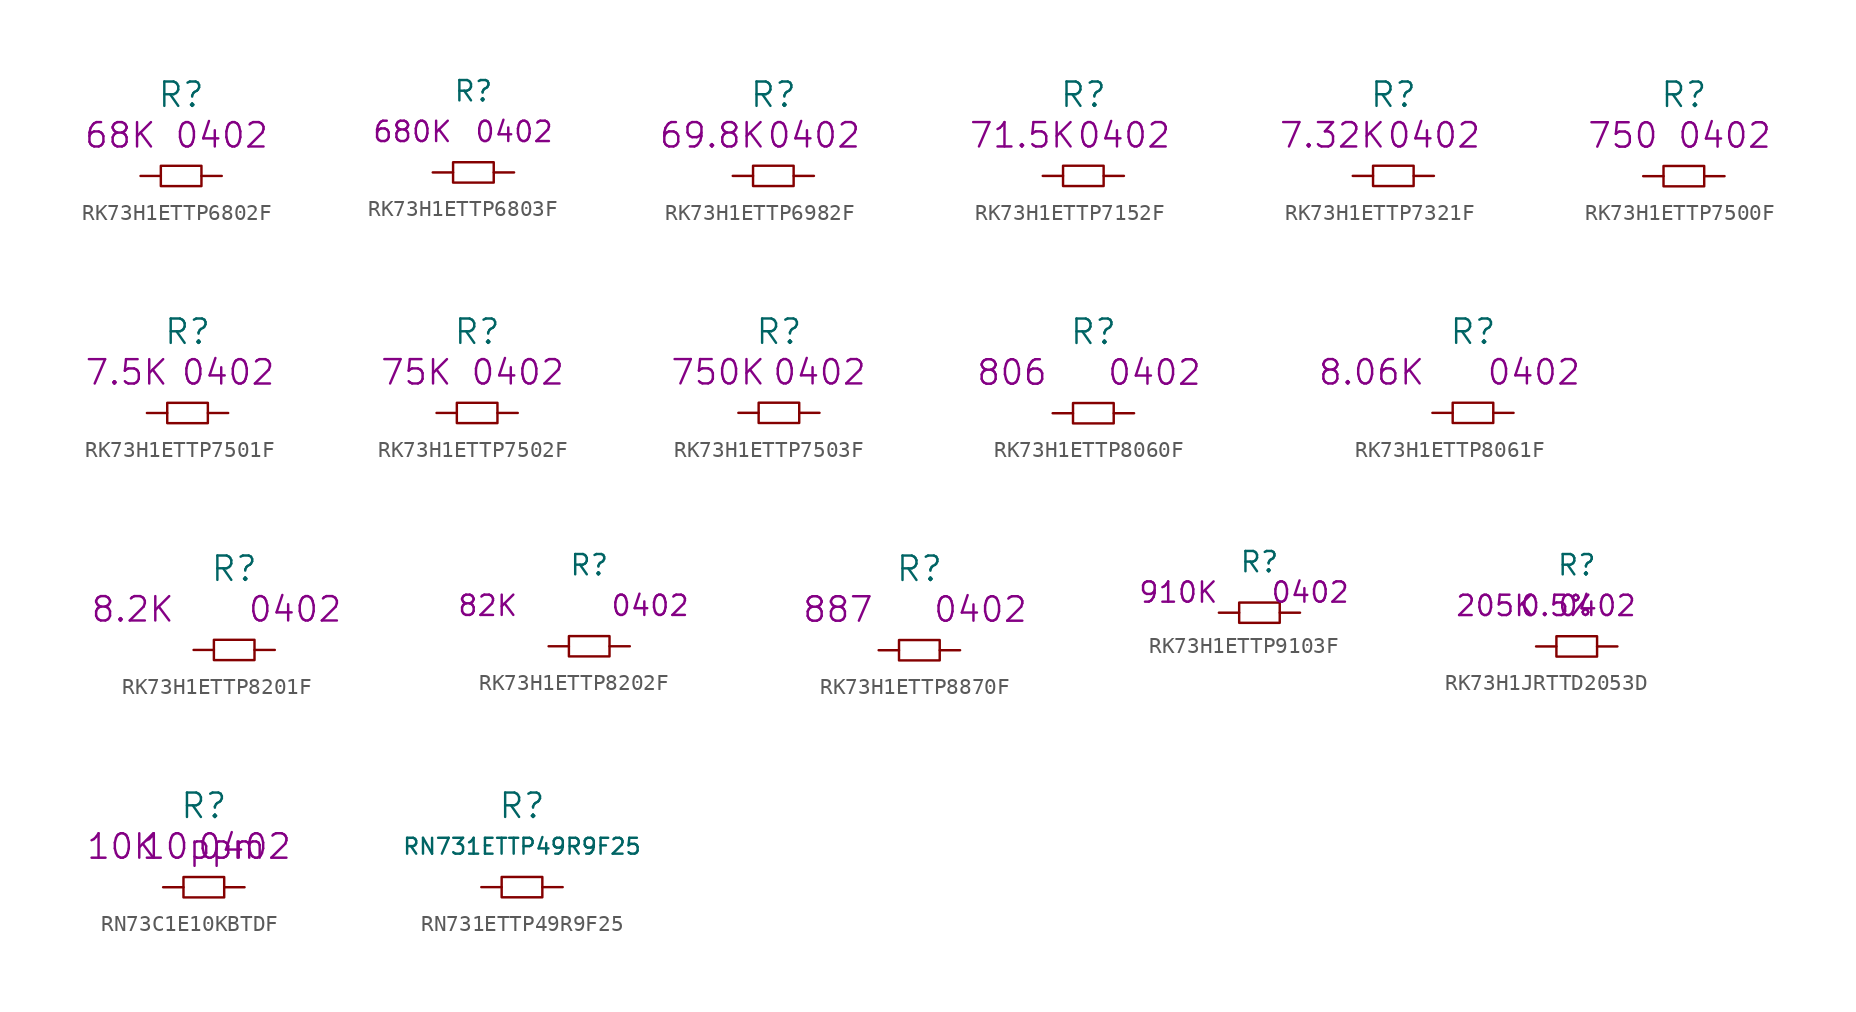
<source format=kicad_sym>
(kicad_symbol_lib
  (version 20220914)
  (generator kicad_symbol_editor)
  (symbol "RK73H1ETTP6802F"
    (pin_numbers hide)
    (pin_names
      (offset 1.016) hide)
    (property "Reference" "R"
      (at 0 5.08 0)
      (effects (font (size 1.524 1.524))))
    (property "Datasheet" ""
      (at 0 5.08 0)
      (effects (font (size 1.524 1.524))))
    (property "Size" "0402"
      (at 2.54 2.54 0)
      (effects (font (size 1.524 1.524))))
    (property "Value2" "68K"
      (at -3.81 2.54 0)
      (effects (font (size 1.524 1.524))))
    (symbol "RK73H1ETTP6802F_0_1"
      (rectangle (start -1.27 0.635) (end 1.27 -0.635) (stroke (width 0) (type solid)) (fill (type none))))
    (symbol "RK73H1ETTP6802F_1_1"
      (pin passive line (at -2.54 0 0) (length 1.27) (name "1" (effects (font (size 1.27 1.27)))) (number "1" (effects (font (size 1.27 1.27)))))
      (pin passive line (at 2.54 0 180) (length 1.27) (name "2" (effects (font (size 1.27 1.27)))) (number "2" (effects (font (size 1.27 1.27)))))))
  (symbol "RK73H1ETTP6803F"
    (pin_numbers hide)
    (pin_names
      (offset 1.016) hide)
    (property "Reference" "R"
      (at 0 5.08 0)
      (effects (font (size 1.27 1.27))))
    (property "Datasheet" ""
      (at 0 5.08 0)
      (effects (font (size 1.524 1.524))))
    (property "Size" "0402"
      (at 2.54 2.54 0)
      (effects (font (size 1.27 1.27))))
    (property "Value2" "680K"
      (at -3.81 2.54 0)
      (effects (font (size 1.27 1.27))))
    (symbol "RK73H1ETTP6803F_0_1"
      (rectangle (start -1.27 0.635) (end 1.27 -0.635) (stroke (width 0) (type solid)) (fill (type none))))
    (symbol "RK73H1ETTP6803F_1_1"
      (pin passive line (at -2.54 0 0) (length 1.27) (name "1" (effects (font (size 1.27 1.27)))) (number "1" (effects (font (size 1.27 1.27)))))
      (pin passive line (at 2.54 0 180) (length 1.27) (name "2" (effects (font (size 1.27 1.27)))) (number "2" (effects (font (size 1.27 1.27)))))))
  (symbol "RK73H1ETTP6982F"
    (pin_numbers hide)
    (pin_names
      (offset 1.016) hide)
    (property "Reference" "R"
      (at 0 5.08 0)
      (effects (font (size 1.524 1.524))))
    (property "Datasheet" ""
      (at 0 5.08 0)
      (effects (font (size 1.524 1.524))))
    (property "Size" "0402"
      (at 2.54 2.54 0)
      (effects (font (size 1.524 1.524))))
    (property "Value2" "69.8K"
      (at -3.81 2.54 0)
      (effects (font (size 1.524 1.524))))
    (symbol "RK73H1ETTP6982F_0_1"
      (rectangle (start -1.27 0.635) (end 1.27 -0.635) (stroke (width 0) (type solid)) (fill (type none))))
    (symbol "RK73H1ETTP6982F_1_1"
      (pin passive line (at -2.54 0 0) (length 1.27) (name "1" (effects (font (size 1.27 1.27)))) (number "1" (effects (font (size 1.27 1.27)))))
      (pin passive line (at 2.54 0 180) (length 1.27) (name "2" (effects (font (size 1.27 1.27)))) (number "2" (effects (font (size 1.27 1.27)))))))
  (symbol "RK73H1ETTP7152F"
    (pin_numbers hide)
    (pin_names
      (offset 1.016) hide)
    (property "Reference" "R"
      (at 0 5.08 0)
      (effects (font (size 1.524 1.524))))
    (property "Datasheet" ""
      (at 0 5.08 0)
      (effects (font (size 1.524 1.524))))
    (property "Size" "0402"
      (at 2.54 2.54 0)
      (effects (font (size 1.524 1.524))))
    (property "Value2" "71.5K"
      (at -3.81 2.54 0)
      (effects (font (size 1.524 1.524))))
    (symbol "RK73H1ETTP7152F_0_1"
      (rectangle (start -1.27 0.635) (end 1.27 -0.635) (stroke (width 0) (type solid)) (fill (type none))))
    (symbol "RK73H1ETTP7152F_1_1"
      (pin passive line (at -2.54 0 0) (length 1.27) (name "1" (effects (font (size 1.27 1.27)))) (number "1" (effects (font (size 1.27 1.27)))))
      (pin passive line (at 2.54 0 180) (length 1.27) (name "2" (effects (font (size 1.27 1.27)))) (number "2" (effects (font (size 1.27 1.27)))))))
  (symbol "RK73H1ETTP7321F"
    (pin_numbers hide)
    (pin_names
      (offset 1.016) hide)
    (property "Reference" "R"
      (at 0 5.08 0)
      (effects (font (size 1.524 1.524))))
    (property "Datasheet" ""
      (at 0 5.08 0)
      (effects (font (size 1.524 1.524))))
    (property "Value2" "7.32K"
      (at -3.81 2.54 0)
      (effects (font (size 1.524 1.524))))
    (property "Size" "0402"
      (at 2.54 2.54 0)
      (effects (font (size 1.524 1.524))))
    (symbol "RK73H1ETTP7321F_0_1"
      (rectangle (start -1.27 0.635) (end 1.27 -0.635) (stroke (width 0) (type solid)) (fill (type none))))
    (symbol "RK73H1ETTP7321F_1_1"
      (pin passive line (at -2.54 0 0) (length 1.27) (name "1" (effects (font (size 1.27 1.27)))) (number "1" (effects (font (size 1.27 1.27)))))
      (pin passive line (at 2.54 0 180) (length 1.27) (name "2" (effects (font (size 1.27 1.27)))) (number "2" (effects (font (size 1.27 1.27)))))))
  (symbol "RK73H1ETTP7500F"
    (pin_numbers hide)
    (pin_names
      (offset 1.016) hide)
    (property "Reference" "R"
      (at 0 5.08 0)
      (effects (font (size 1.524 1.524))))
    (property "Footprint" ""
      (at 0 0 0)
      (effects (font (size 1.524 1.524))))
    (property "Datasheet" ""
      (at 0 5.08 0)
      (effects (font (size 1.524 1.524))))
    (property "Value2" "750"
      (at -3.81 2.54 0)
      (effects (font (size 1.524 1.524))))
    (property "Size" "0402"
      (at 2.54 2.54 0)
      (effects (font (size 1.524 1.524))))
    (symbol "RK73H1ETTP7500F_0_1"
      (rectangle (start -1.27 0.635) (end 1.27 -0.635) (stroke (width 0) (type solid)) (fill (type none))))
    (symbol "RK73H1ETTP7500F_1_1"
      (pin passive line (at -2.54 0 0) (length 1.27) (name "1" (effects (font (size 1.27 1.27)))) (number "1" (effects (font (size 1.27 1.27)))))
      (pin passive line (at 2.54 0 180) (length 1.27) (name "2" (effects (font (size 1.27 1.27)))) (number "2" (effects (font (size 1.27 1.27)))))))
  (symbol "RK73H1ETTP7501F"
    (pin_numbers hide)
    (pin_names
      (offset 1.016) hide)
    (property "Reference" "R"
      (at 0 5.08 0)
      (effects (font (size 1.524 1.524))))
    (property "Datasheet" ""
      (at 0 5.08 0)
      (effects (font (size 1.524 1.524))))
    (property "Value2" "7.5K"
      (at -3.81 2.54 0)
      (effects (font (size 1.524 1.524))))
    (property "Size" "0402"
      (at 2.54 2.54 0)
      (effects (font (size 1.524 1.524))))
    (symbol "RK73H1ETTP7501F_0_1"
      (rectangle (start -1.27 0.635) (end 1.27 -0.635) (stroke (width 0) (type solid)) (fill (type none))))
    (symbol "RK73H1ETTP7501F_1_1"
      (pin passive line (at -2.54 0 0) (length 1.27) (name "1" (effects (font (size 1.27 1.27)))) (number "1" (effects (font (size 1.27 1.27)))))
      (pin passive line (at 2.54 0 180) (length 1.27) (name "2" (effects (font (size 1.27 1.27)))) (number "2" (effects (font (size 1.27 1.27)))))))
  (symbol "RK73H1ETTP7502F"
    (pin_numbers hide)
    (pin_names
      (offset 1.016) hide)
    (property "Reference" "R"
      (at 0 5.08 0)
      (effects (font (size 1.524 1.524))))
    (property "Datasheet" ""
      (at 0 5.08 0)
      (effects (font (size 1.524 1.524))))
    (property "Value2" "75K"
      (at -3.81 2.54 0)
      (effects (font (size 1.524 1.524))))
    (property "Size" "0402"
      (at 2.54 2.54 0)
      (effects (font (size 1.524 1.524))))
    (symbol "RK73H1ETTP7502F_0_1"
      (rectangle (start -1.27 0.635) (end 1.27 -0.635) (stroke (width 0) (type solid)) (fill (type none))))
    (symbol "RK73H1ETTP7502F_1_1"
      (pin passive line (at -2.54 0 0) (length 1.27) (name "1" (effects (font (size 1.27 1.27)))) (number "1" (effects (font (size 1.27 1.27)))))
      (pin passive line (at 2.54 0 180) (length 1.27) (name "2" (effects (font (size 1.27 1.27)))) (number "2" (effects (font (size 1.27 1.27)))))))
  (symbol "RK73H1ETTP7503F"
    (pin_numbers hide)
    (pin_names
      (offset 1.016) hide)
    (property "Reference" "R"
      (at 0 5.08 0)
      (effects (font (size 1.524 1.524))))
    (property "Datasheet" ""
      (at 0 5.08 0)
      (effects (font (size 1.524 1.524))))
    (property "Value2" "750K"
      (at -3.81 2.54 0)
      (effects (font (size 1.524 1.524))))
    (property "Size" "0402"
      (at 2.54 2.54 0)
      (effects (font (size 1.524 1.524))))
    (symbol "RK73H1ETTP7503F_0_1"
      (rectangle (start -1.27 0.635) (end 1.27 -0.635) (stroke (width 0) (type solid)) (fill (type none))))
    (symbol "RK73H1ETTP7503F_1_1"
      (pin passive line (at -2.54 0 0) (length 1.27) (name "1" (effects (font (size 1.27 1.27)))) (number "1" (effects (font (size 1.27 1.27)))))
      (pin passive line (at 2.54 0 180) (length 1.27) (name "2" (effects (font (size 1.27 1.27)))) (number "2" (effects (font (size 1.27 1.27)))))))
  (symbol "RK73H1ETTP8060F"
    (pin_numbers hide)
    (pin_names
      (offset 1.016) hide)
    (property "Reference" "R"
      (at 0 5.08 0)
      (effects (font (size 1.524 1.524))))
    (property "Datasheet" ""
      (at 0 5.08 0)
      (effects (font (size 1.524 1.524))))
    (property "Value2" "806"
      (at -5.08 2.54 0)
      (effects (font (size 1.524 1.524))))
    (property "Size" "0402"
      (at 3.81 2.54 0)
      (effects (font (size 1.524 1.524))))
    (symbol "RK73H1ETTP8060F_0_1"
      (rectangle (start -1.27 0.635) (end 1.27 -0.635) (stroke (width 0) (type solid)) (fill (type none))))
    (symbol "RK73H1ETTP8060F_1_1"
      (pin passive line (at -2.54 0 0) (length 1.27) (name "1" (effects (font (size 1.27 1.27)))) (number "1" (effects (font (size 1.27 1.27)))))
      (pin passive line (at 2.54 0 180) (length 1.27) (name "2" (effects (font (size 1.27 1.27)))) (number "2" (effects (font (size 1.27 1.27)))))))
  (symbol "RK73H1ETTP8061F"
    (pin_numbers hide)
    (pin_names
      (offset 1.016) hide)
    (property "Reference" "R"
      (at 0 5.08 0)
      (effects (font (size 1.524 1.524))))
    (property "Datasheet" ""
      (at 0 0 0)
      (effects (font (size 1.524 1.524))))
    (property "Value2" "8.06K"
      (at -6.35 2.54 0)
      (effects (font (size 1.524 1.524))))
    (property "Size" "0402"
      (at 3.81 2.54 0)
      (effects (font (size 1.524 1.524))))
    (symbol "RK73H1ETTP8061F_0_1"
      (rectangle (start -1.27 0.635) (end 1.27 -0.635) (stroke (width 0) (type solid)) (fill (type none))))
    (symbol "RK73H1ETTP8061F_1_1"
      (pin passive line (at -2.54 0 0) (length 1.27) (name "1" (effects (font (size 1.27 1.27)))) (number "1" (effects (font (size 1.27 1.27)))))
      (pin passive line (at 2.54 0 180) (length 1.27) (name "2" (effects (font (size 1.27 1.27)))) (number "2" (effects (font (size 1.27 1.27)))))))
  (symbol "RK73H1ETTP8201F"
    (pin_numbers hide)
    (pin_names
      (offset 1.016) hide)
    (property "Reference" "R"
      (at 0 5.08 0)
      (effects (font (size 1.524 1.524))))
    (property "Datasheet" ""
      (at 0 0 0)
      (effects (font (size 1.524 1.524))))
    (property "Value2" "8.2K"
      (at -6.35 2.54 0)
      (effects (font (size 1.524 1.524))))
    (property "Size" "0402"
      (at 3.81 2.54 0)
      (effects (font (size 1.524 1.524))))
    (symbol "RK73H1ETTP8201F_0_1"
      (rectangle (start -1.27 0.635) (end 1.27 -0.635) (stroke (width 0) (type solid)) (fill (type none))))
    (symbol "RK73H1ETTP8201F_1_1"
      (pin passive line (at -2.54 0 0) (length 1.27) (name "1" (effects (font (size 1.27 1.27)))) (number "1" (effects (font (size 1.27 1.27)))))
      (pin passive line (at 2.54 0 180) (length 1.27) (name "2" (effects (font (size 1.27 1.27)))) (number "2" (effects (font (size 1.27 1.27)))))))
  (symbol "RK73H1ETTP8202F"
    (pin_numbers hide)
    (pin_names
      (offset 1.016) hide)
    (property "Reference" "R"
      (at 0 5.08 0)
      (effects (font (size 1.27 1.27))))
    (property "Datasheet" ""
      (at 0 5.08 0)
      (effects (font (size 1.27 1.27))))
    (property "Value2" "82K"
      (at -6.35 2.54 0)
      (effects (font (size 1.27 1.27))))
    (property "Size" "0402"
      (at 3.81 2.54 0)
      (effects (font (size 1.27 1.27))))
    (symbol "RK73H1ETTP8202F_0_1"
      (rectangle (start -1.27 0.635) (end 1.27 -0.635) (stroke (width 0) (type solid)) (fill (type none))))
    (symbol "RK73H1ETTP8202F_1_1"
      (pin passive line (at -2.54 0 0) (length 1.27) (name "1" (effects (font (size 1.27 1.27)))) (number "1" (effects (font (size 1.27 1.27)))))
      (pin passive line (at 2.54 0 180) (length 1.27) (name "2" (effects (font (size 1.27 1.27)))) (number "2" (effects (font (size 1.27 1.27)))))))
  (symbol "RK73H1ETTP8870F"
    (pin_numbers hide)
    (pin_names
      (offset 1.016) hide)
    (property "Reference" "R"
      (at 0 5.08 0)
      (effects (font (size 1.524 1.524))))
    (property "Datasheet" ""
      (at 0 5.08 0)
      (effects (font (size 1.524 1.524))))
    (property "Value2" "887"
      (at -5.08 2.54 0)
      (effects (font (size 1.524 1.524))))
    (property "Size" "0402"
      (at 3.81 2.54 0)
      (effects (font (size 1.524 1.524))))
    (symbol "RK73H1ETTP8870F_0_1"
      (rectangle (start -1.27 0.635) (end 1.27 -0.635) (stroke (width 0) (type solid)) (fill (type none))))
    (symbol "RK73H1ETTP8870F_1_1"
      (pin passive line (at -2.54 0 0) (length 1.27) (name "1" (effects (font (size 1.27 1.27)))) (number "1" (effects (font (size 1.27 1.27)))))
      (pin passive line (at 2.54 0 180) (length 1.27) (name "2" (effects (font (size 1.27 1.27)))) (number "2" (effects (font (size 1.27 1.27)))))))
  (symbol "RK73H1ETTP9103F"
    (pin_numbers hide)
    (pin_names
      (offset 1.016) hide)
    (property "Reference" "R"
      (at 0 3.175 0)
      (effects (font (size 1.27 1.27))))
    (property "Value2" "910K"
      (at -5.08 1.27 0)
      (effects (font (size 1.27 1.27))))
    (property "Size" "0402"
      (at 3.175 1.27 0)
      (effects (font (size 1.27 1.27))))
    (symbol "RK73H1ETTP9103F_0_1"
      (rectangle (start -1.27 0.635) (end 1.27 -0.635) (stroke (width 0) (type solid)) (fill (type none))))
    (symbol "RK73H1ETTP9103F_1_1"
      (pin input line (at -2.54 0 0) (length 1.27) (name "1" (effects (font (size 1.27 1.27)))) (number "1" (effects (font (size 1.27 1.27)))))
      (pin input line (at 2.54 0 180) (length 1.27) (name "2" (effects (font (size 1.27 1.27)))) (number "2" (effects (font (size 1.27 1.27)))))))
  (symbol "RK73H1JRTTD2053D"
    (pin_numbers hide)
    (pin_names
      (offset 1.016) hide)
    (property "Reference" "R"
      (at 0 5.08 0)
      (effects (font (size 1.27 1.27))))
    (property "Value2" "205K"
      (at -5.08 2.54 0)
      (effects (font (size 1.27 1.27))))
    (property "Size" "0402"
      (at 1.27 2.54 0)
      (effects (font (size 1.27 1.27))))
    (property "Tolerance" "0.5%"
      (at -1.27 2.54 0)
      (effects (font (size 1.27 1.27))))
    (symbol "RK73H1JRTTD2053D_0_1"
      (rectangle (start -1.27 0.635) (end 1.27 -0.635) (stroke (width 0) (type solid)) (fill (type none))))
    (symbol "RK73H1JRTTD2053D_1_1"
      (pin passive line (at -2.54 0 0) (length 1.27) (name "1" (effects (font (size 1.27 1.27)))) (number "1" (effects (font (size 1.27 1.27)))))
      (pin passive line (at 2.54 0 180) (length 1.27) (name "2" (effects (font (size 1.27 1.27)))) (number "2" (effects (font (size 1.27 1.27)))))))
  (symbol "RN73C1E10KBTDF"
    (pin_numbers hide)
    (pin_names
      (offset 1.016) hide)
    (property "Reference" "R"
      (at 0 5.08 0)
      (effects (font (size 1.524 1.524))))
    (property "Value2" "10K"
      (at -5.08 2.54 0)
      (effects (font (size 1.524 1.524))))
    (property "Size" "0402"
      (at 2.54 2.54 0)
      (effects (font (size 1.524 1.524))))
    (property "Drift" "10ppm"
      (at 0 2.54 0)
      (effects (font (size 1.524 1.524))))
    (symbol "RN73C1E10KBTDF_0_1"
      (rectangle (start -1.27 0.635) (end 1.27 -0.635) (stroke (width 0) (type solid)) (fill (type none))))
    (symbol "RN73C1E10KBTDF_1_1"
      (pin passive line (at -2.54 0 0) (length 1.27) (name "1" (effects (font (size 1.27 1.27)))) (number "1" (effects (font (size 1.27 1.27)))))
      (pin passive line (at 2.54 0 180) (length 1.27) (name "2" (effects (font (size 1.27 1.27)))) (number "2" (effects (font (size 1.27 1.27)))))))
  (symbol "RN731ETTP49R9F25"
    (pin_numbers hide)
    (pin_names
      (offset 1.016) hide)
    (property "Reference" "R"
      (at 0 5.08 0)
      (effects (font (size 1.524 1.524))))
    (property "Value" "RN731ETTP49R9F25"
      (at 0 2.54 0)
      (effects (font (size 0.991 0.991))))
    (property "Footprint" ""
      (at 0 0 0)
      (effects (font (size 1.524 1.524))))
    (property "Datasheet" ""
      (at 0 0 0)
      (effects (font (size 1.524 1.524))))
    (symbol "RN731ETTP49R9F25_0_1"
      (rectangle (start -1.27 0.635) (end 1.27 -0.635) (stroke (width 0) (type solid)) (fill (type none))))
    (symbol "RN731ETTP49R9F25_1_1"
      (pin input line (at -2.54 0 0) (length 1.27) (name "1" (effects (font (size 1.27 1.27)))) (number "1" (effects (font (size 1.27 1.27)))))
      (pin input line (at 2.54 0 180) (length 1.27) (name "2" (effects (font (size 1.27 1.27)))) (number "2" (effects (font (size 1.27 1.27))))))))
</source>
